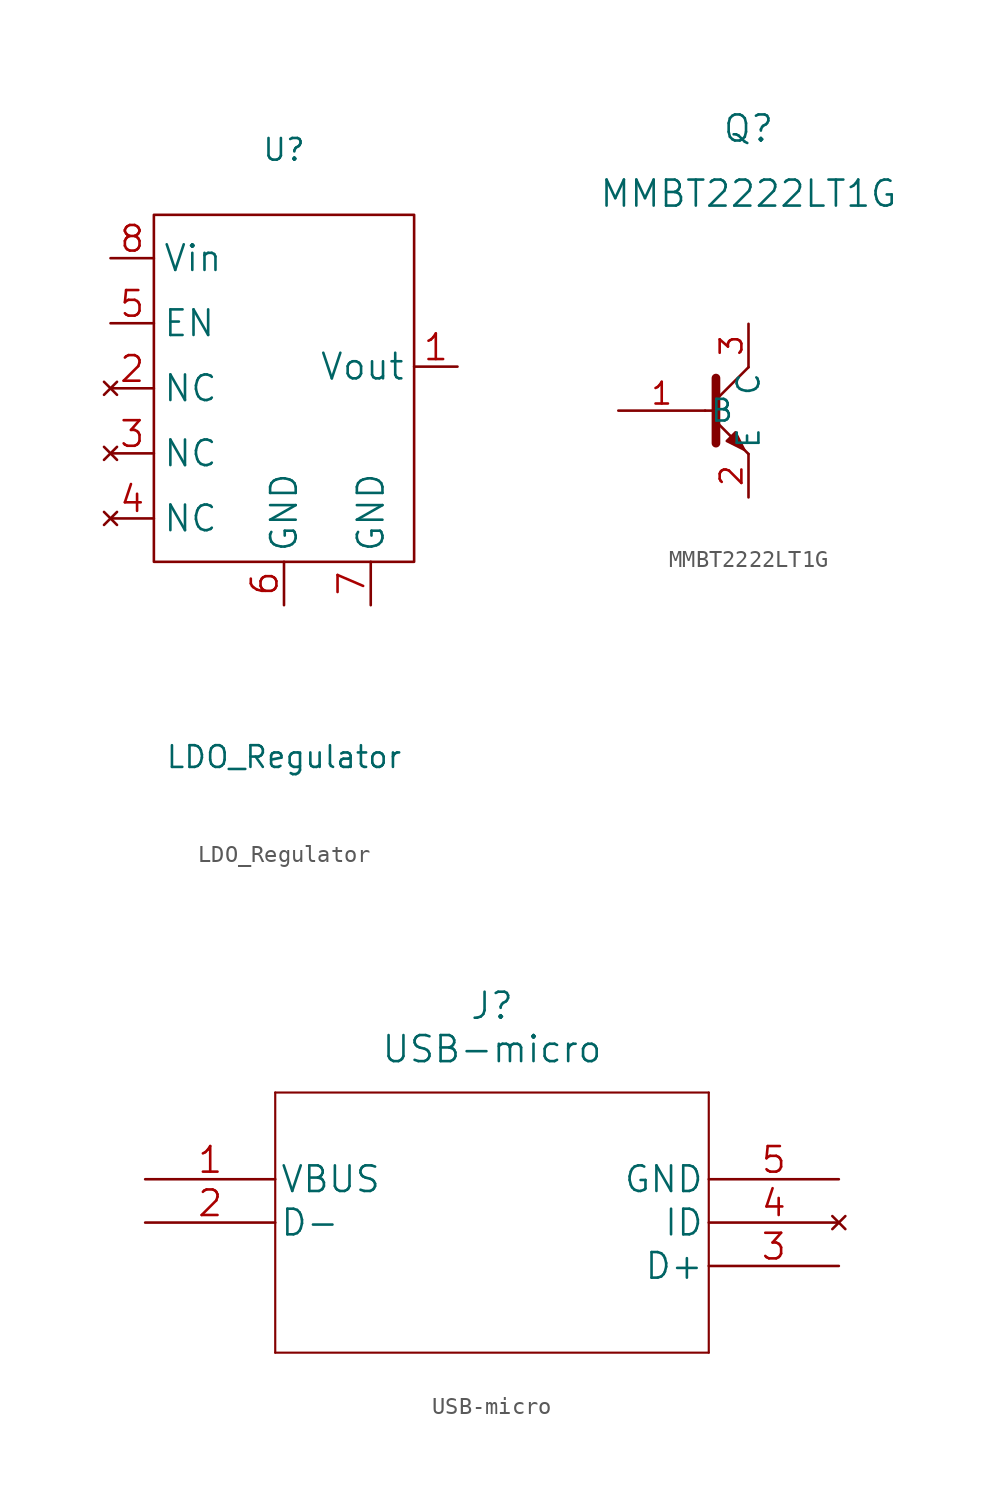
<source format=kicad_sym>
(kicad_symbol_lib
  (version 20211014)
  (generator kicad_symbol_editor)
  (symbol "LDO_Regulator"
    (property "Reference" "U"
      (at 0 16.51 0)
      (effects (font (size 1.27 1.27))))
    (property "Value" "LDO_Regulator"
      (at 0 -19.05 0)
      (effects (font (size 1.27 1.27))))
    (symbol "LDO_Regulator_0_1"
      (rectangle (start -7.62 12.7) (end 7.62 -7.62) (stroke (width 0) (type default) (color 0 0 0 0)) (fill (type none))))
    (symbol "LDO_Regulator_1_1"
      (pin output line (at 10.16 3.81 180) (length 2.54) (name "Vout" (effects (font (size 1.499 1.499)))) (number "1" (effects (font (size 1.499 1.499)))))
      (pin no_connect line (at -10.16 2.54 0) (length 2.54) (name "NC" (effects (font (size 1.499 1.499)))) (number "2" (effects (font (size 1.499 1.499)))))
      (pin no_connect line (at -10.16 -1.27 0) (length 2.54) (name "NC" (effects (font (size 1.499 1.499)))) (number "3" (effects (font (size 1.499 1.499)))))
      (pin no_connect line (at -10.16 -5.08 0) (length 2.54) (name "NC" (effects (font (size 1.499 1.499)))) (number "4" (effects (font (size 1.499 1.499)))))
      (pin input line (at -10.16 6.35 0) (length 2.54) (name "EN" (effects (font (size 1.499 1.499)))) (number "5" (effects (font (size 1.499 1.499)))))
      (pin passive line (at 0 -10.16 90) (length 2.54) (name "GND" (effects (font (size 1.499 1.499)))) (number "6" (effects (font (size 1.499 1.499)))))
      (pin passive line (at 5.08 -10.16 90) (length 2.54) (name "GND" (effects (font (size 1.499 1.499)))) (number "7" (effects (font (size 1.499 1.499)))))
      (pin input line (at -10.16 10.16 0) (length 2.54) (name "Vin" (effects (font (size 1.499 1.499)))) (number "8" (effects (font (size 1.499 1.499)))))))
  (symbol "MMBT2222LT1G"
    (pin_names
      (offset 0.254))
    (property "Reference" "Q"
      (at 0 13.97 0)
      (effects (font (size 1.524 1.524))))
    (property "Value" "MMBT2222LT1G"
      (at 0 10.16 0)
      (effects (font (size 1.524 1.524))))
    (symbol "MMBT2222LT1G_0_1"
      (polyline (pts (xy -2.54 -2.54) (xy -1.905 -2.54)) (stroke (width 0) (type default) (color 0 0 0 0)) (fill (type none)))
      (polyline (pts (xy -1.905 -1.905) (xy 0 0)) (stroke (width 0) (type default) (color 0 0 0 0)) (fill (type none)))
      (polyline (pts (xy -1.905 -3.175) (xy 0 -5.08) (xy 0 -5.08)) (stroke (width 0) (type default) (color 0 0 0 0)) (fill (type none)))
      (polyline (pts (xy -1.905 -0.635) (xy -1.905 -4.445) (xy -1.905 -4.445)) (stroke (width 0.508) (type default) (color 0 0 0 0)) (fill (type none)))
      (polyline (pts (xy -1.27 -4.318) (xy -0.762 -3.81) (xy -0.254 -4.826) (xy -1.27 -4.318) (xy -1.27 -4.318)) (stroke (width 0) (type default) (color 0 0 0 0)) (fill (type outline))))
    (symbol "MMBT2222LT1G_1_1"
      (pin input line (at -7.62 -2.54 0) (length 5.08) (name "B" (effects (font (size 1.27 1.27)))) (number "1" (effects (font (size 1.27 1.27)))))
      (pin passive line (at 0 -7.62 90) (length 2.54) (name "E" (effects (font (size 1.27 1.27)))) (number "2" (effects (font (size 1.27 1.27)))))
      (pin passive line (at 0 2.54 270) (length 2.54) (name "C" (effects (font (size 1.27 1.27)))) (number "3" (effects (font (size 1.27 1.27)))))))
  (symbol "USB-micro"
    (pin_names
      (offset 0.254))
    (property "Reference" "J"
      (at 1.27 11.43 0)
      (effects (font (size 1.524 1.524))))
    (property "Value" "USB-micro"
      (at 1.27 8.89 0)
      (effects (font (size 1.524 1.524))))
    (symbol "USB-micro_1_1"
      (polyline (pts (xy -11.43 -8.89) (xy 13.97 -8.89)) (stroke (width 0.127) (type default) (color 0 0 0 0)) (fill (type none)))
      (polyline (pts (xy -11.43 6.35) (xy -11.43 -8.89)) (stroke (width 0.127) (type default) (color 0 0 0 0)) (fill (type none)))
      (polyline (pts (xy 13.97 -8.89) (xy 13.97 6.35)) (stroke (width 0.127) (type default) (color 0 0 0 0)) (fill (type none)))
      (polyline (pts (xy 13.97 6.35) (xy -11.43 6.35)) (stroke (width 0.127) (type default) (color 0 0 0 0)) (fill (type none)))
      (pin power_in line (at -19.05 1.27 0) (length 7.62) (name "VBUS" (effects (font (size 1.499 1.499)))) (number "1" (effects (font (size 1.499 1.499)))))
      (pin bidirectional line (at -19.05 -1.27 0) (length 7.62) (name "D-" (effects (font (size 1.499 1.499)))) (number "2" (effects (font (size 1.499 1.499)))))
      (pin bidirectional line (at 21.59 -3.81 180) (length 7.62) (name "D+" (effects (font (size 1.499 1.499)))) (number "3" (effects (font (size 1.499 1.499)))))
      (pin no_connect line (at 21.59 -1.27 180) (length 7.62) (name "ID" (effects (font (size 1.499 1.499)))) (number "4" (effects (font (size 1.499 1.499)))))
      (pin power_in line (at 21.59 1.27 180) (length 7.62) (name "GND" (effects (font (size 1.499 1.499)))) (number "5" (effects (font (size 1.499 1.499))))))))
</source>
